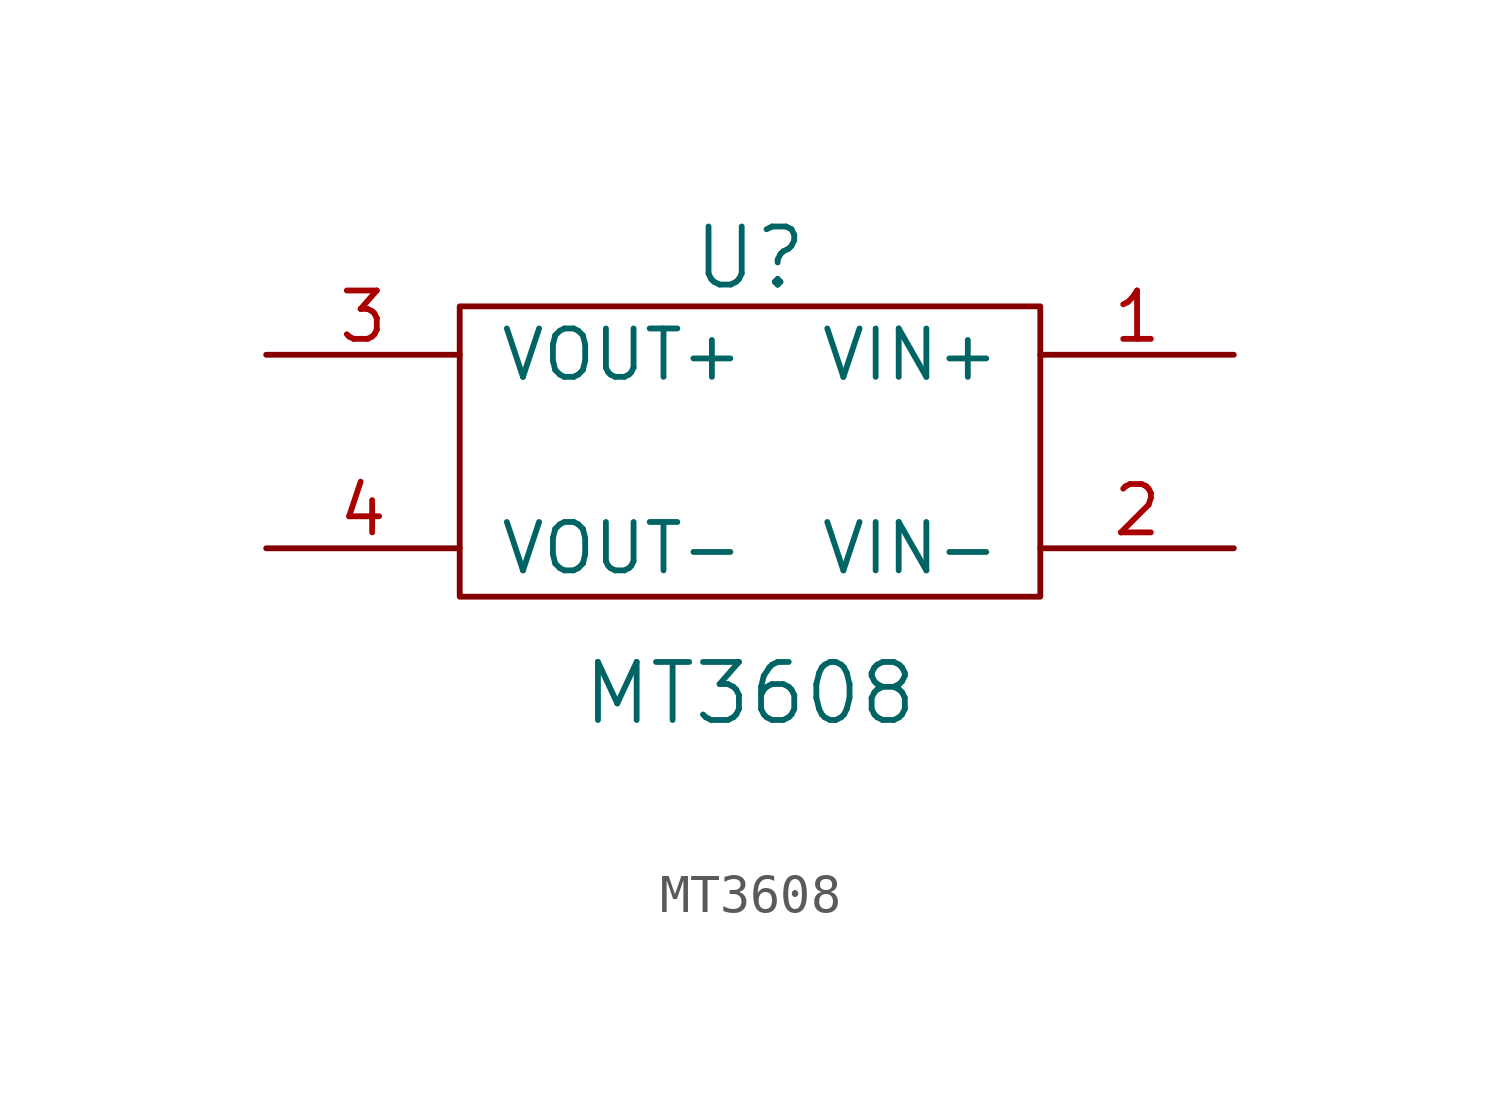
<source format=kicad_sym>
(kicad_symbol_lib
  (version 20220914)
  (generator kicad_symbol_editor)
  (symbol "MT3608"
    (pin_names
      (offset 1.016))
    (property "Reference" "U"
      (at 0 5.08 0)
      (effects (font (size 1.524 1.524))))
    (property "Value" "MT3608"
      (at 0 -6.35 0)
      (effects (font (size 1.524 1.524))))
    (property "Footprint" ""
      (at 2.54 -8.89 0)
      (effects (font (size 1.524 1.524))))
    (property "Datasheet" ""
      (at 2.54 -8.89 0)
      (effects (font (size 1.524 1.524))))
    (symbol "MT3608_0_1"
      (rectangle (start -7.62 3.81) (end 7.62 -3.81) (stroke (width 0) (type solid)) (fill (type none))))
    (symbol "MT3608_1_1"
      (pin input line (at 12.7 2.54 180) (length 5.08) (name "VIN+" (effects (font (size 1.27 1.27)))) (number "1" (effects (font (size 1.27 1.27)))))
      (pin input line (at 12.7 -2.54 180) (length 5.08) (name "VIN-" (effects (font (size 1.27 1.27)))) (number "2" (effects (font (size 1.27 1.27)))))
      (pin input line (at -12.7 2.54 0) (length 5.08) (name "VOUT+" (effects (font (size 1.27 1.27)))) (number "3" (effects (font (size 1.27 1.27)))))
      (pin input line (at -12.7 -2.54 0) (length 5.08) (name "VOUT-" (effects (font (size 1.27 1.27)))) (number "4" (effects (font (size 1.27 1.27))))))))
</source>
